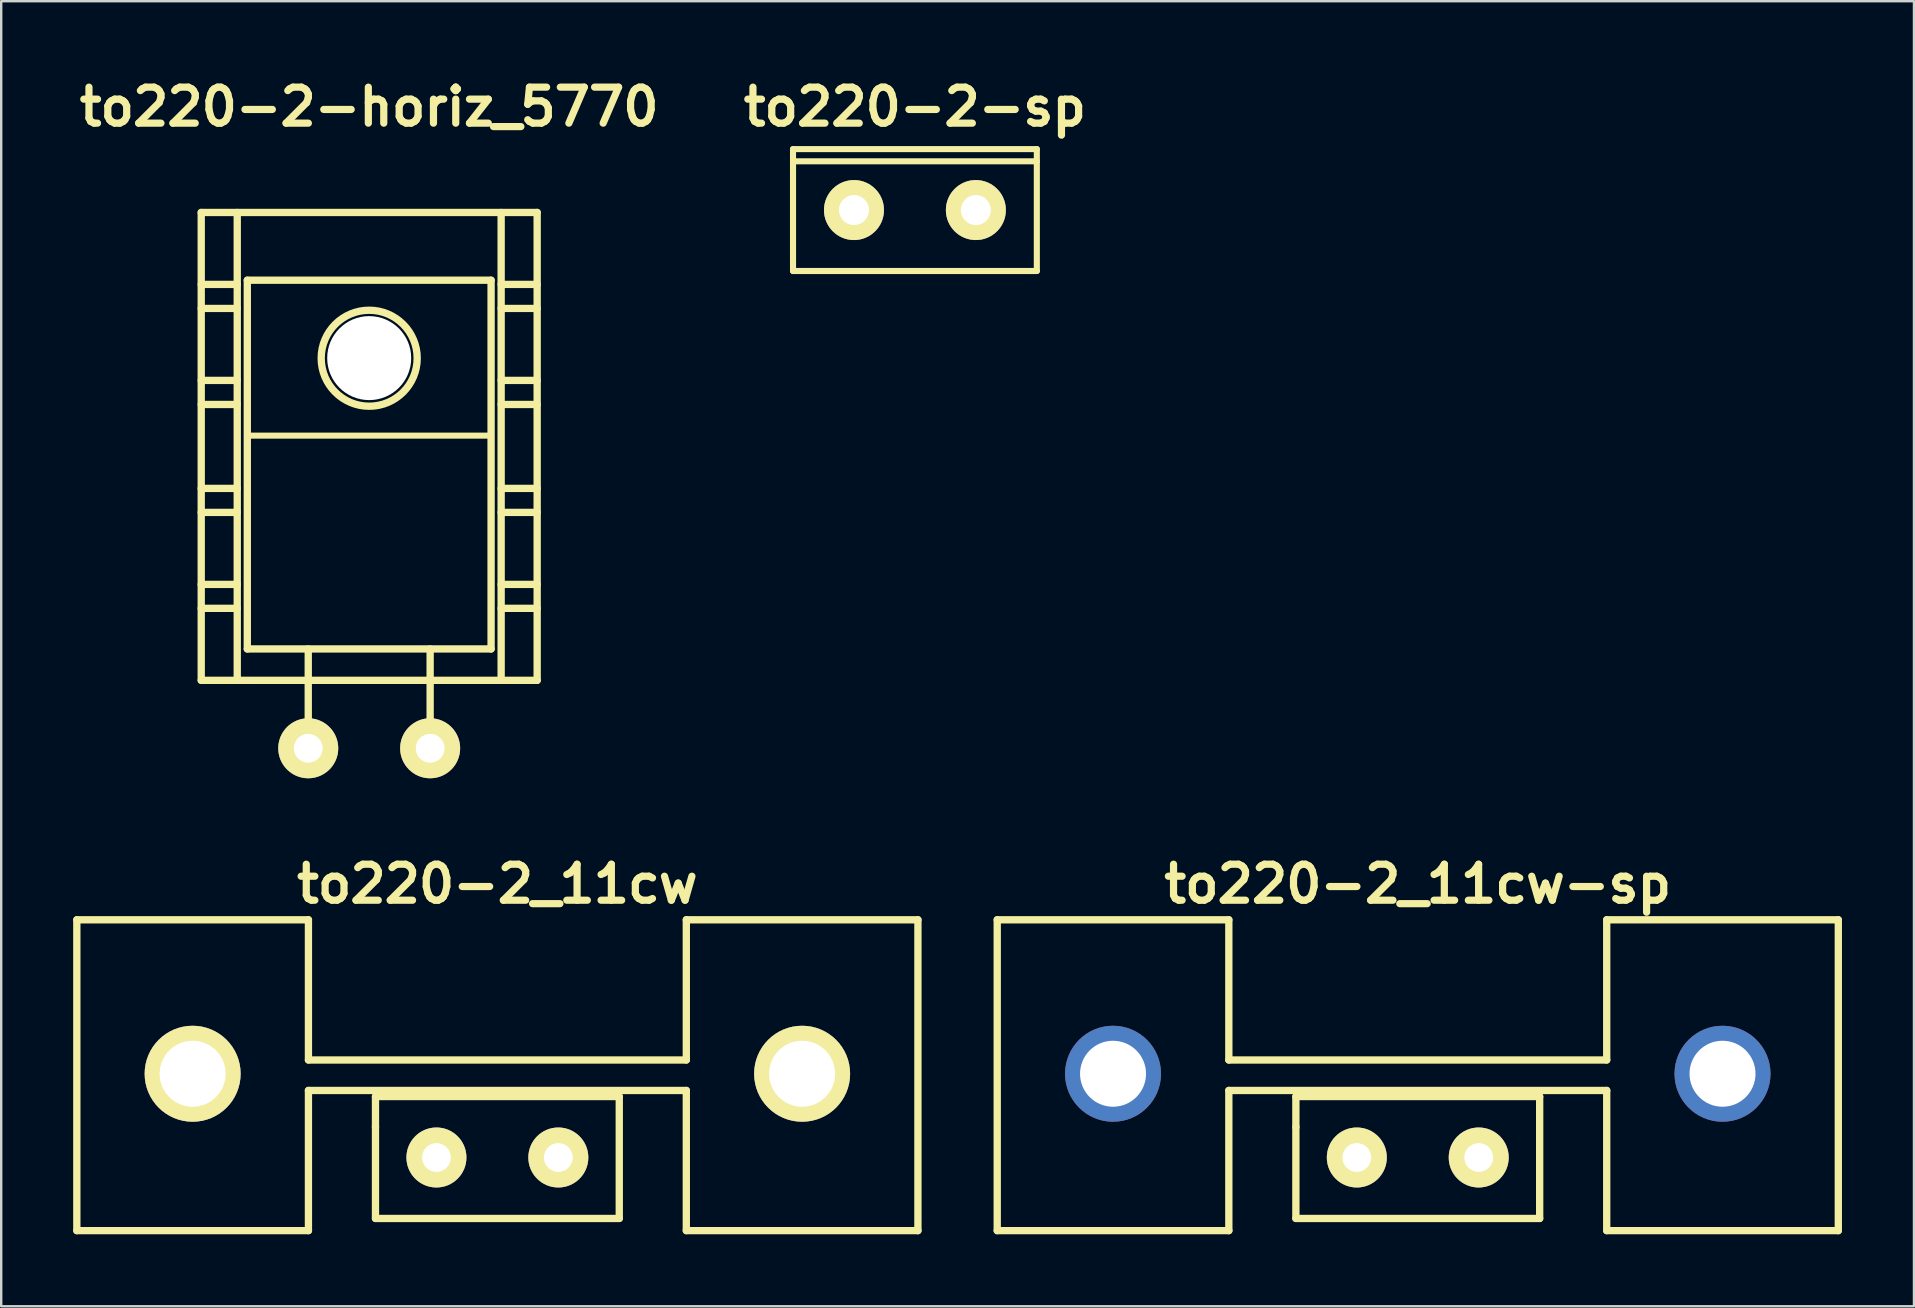
<source format=kicad_pcb>
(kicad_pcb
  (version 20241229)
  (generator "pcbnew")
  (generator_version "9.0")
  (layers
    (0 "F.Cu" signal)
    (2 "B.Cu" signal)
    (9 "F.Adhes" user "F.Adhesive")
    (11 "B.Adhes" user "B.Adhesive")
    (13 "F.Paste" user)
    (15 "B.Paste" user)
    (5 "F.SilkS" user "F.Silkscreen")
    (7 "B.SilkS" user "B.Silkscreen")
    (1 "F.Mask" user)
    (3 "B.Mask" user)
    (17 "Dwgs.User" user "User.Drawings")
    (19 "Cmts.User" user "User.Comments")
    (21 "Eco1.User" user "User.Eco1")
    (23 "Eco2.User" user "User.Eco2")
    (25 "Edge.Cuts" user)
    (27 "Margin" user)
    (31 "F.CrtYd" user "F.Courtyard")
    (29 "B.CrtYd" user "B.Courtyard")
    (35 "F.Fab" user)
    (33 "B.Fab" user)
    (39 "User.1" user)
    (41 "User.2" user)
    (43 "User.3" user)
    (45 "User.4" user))
  (footprint "to220-2-horiz_5770"
    (layer "F.Cu")
    (at 12.336 19.804)
    (property "Reference" "to220-2-horiz_5770" (at 0 -18.4 0) (layer "F.SilkS") (effects (font (size 1.5 1.5) (thickness 0.3))))
    (attr through_hole)
    (fp_line (start -7 -14) (end -7 5.499) (stroke (width 0.305) (type solid)) (layer "F.SilkS"))
    (fp_line (start -7 -11.001) (end -5.499 -11.001) (stroke (width 0.305) (type solid)) (layer "F.SilkS"))
    (fp_line (start -7 -10) (end -5.499 -10) (stroke (width 0.305) (type solid)) (layer "F.SilkS"))
    (fp_line (start -7 -7) (end -5.499 -7) (stroke (width 0.305) (type solid)) (layer "F.SilkS"))
    (fp_line (start -7 -5.999) (end -5.499 -5.999) (stroke (width 0.305) (type solid)) (layer "F.SilkS"))
    (fp_line (start -7 -2.499) (end -5.499 -2.499) (stroke (width 0.305) (type solid)) (layer "F.SilkS"))
    (fp_line (start -7 -1.501) (end -5.499 -1.501) (stroke (width 0.305) (type solid)) (layer "F.SilkS"))
    (fp_line (start -7 1.501) (end -5.499 1.501) (stroke (width 0.305) (type solid)) (layer "F.SilkS"))
    (fp_line (start -7 2.499) (end -5.499 2.499) (stroke (width 0.305) (type solid)) (layer "F.SilkS"))
    (fp_line (start -7 5.499) (end 7 5.499) (stroke (width 0.305) (type solid)) (layer "F.SilkS"))
    (fp_line (start -5.499 5.499) (end -5.499 -14) (stroke (width 0.305) (type solid)) (layer "F.SilkS"))
    (fp_line (start -5.08 -11.176) (end -5.08 4.191) (stroke (width 0.305) (type solid)) (layer "F.SilkS"))
    (fp_line (start -5.08 4.191) (end 5.08 4.191) (stroke (width 0.305) (type solid)) (layer "F.SilkS"))
    (fp_line (start -2.54 8.382) (end -2.54 4.191) (stroke (width 0.305) (type solid)) (layer "F.SilkS"))
    (fp_line (start 2.54 8.382) (end 2.54 4.191) (stroke (width 0.305) (type solid)) (layer "F.SilkS"))
    (fp_line (start 5.08 -11.176) (end -5.08 -11.176) (stroke (width 0.305) (type solid)) (layer "F.SilkS"))
    (fp_line (start 5.08 -4.699) (end -5.08 -4.699) (stroke (width 0.254) (type solid)) (layer "F.SilkS"))
    (fp_line (start 5.08 4.191) (end 5.08 -11.176) (stroke (width 0.305) (type solid)) (layer "F.SilkS"))
    (fp_line (start 5.499 -14) (end 5.499 5.499) (stroke (width 0.305) (type solid)) (layer "F.SilkS"))
    (fp_line (start 5.499 -11.001) (end 7 -11.001) (stroke (width 0.305) (type solid)) (layer "F.SilkS"))
    (fp_line (start 5.499 -10) (end 7 -10) (stroke (width 0.305) (type solid)) (layer "F.SilkS"))
    (fp_line (start 5.499 -7) (end 7 -7) (stroke (width 0.305) (type solid)) (layer "F.SilkS"))
    (fp_line (start 5.499 -5.999) (end 7 -5.999) (stroke (width 0.305) (type solid)) (layer "F.SilkS"))
    (fp_line (start 5.499 -2.499) (end 7 -2.499) (stroke (width 0.305) (type solid)) (layer "F.SilkS"))
    (fp_line (start 5.499 -1.501) (end 7 -1.501) (stroke (width 0.305) (type solid)) (layer "F.SilkS"))
    (fp_line (start 5.499 1.501) (end 7 1.501) (stroke (width 0.305) (type solid)) (layer "F.SilkS"))
    (fp_line (start 5.499 2.499) (end 7 2.499) (stroke (width 0.305) (type solid)) (layer "F.SilkS"))
    (fp_line (start 7 -14) (end -7 -14) (stroke (width 0.305) (type solid)) (layer "F.SilkS"))
    (fp_line (start 7 5.499) (end 7 -14) (stroke (width 0.305) (type solid)) (layer "F.SilkS"))
    (fp_circle (center 0 -7.925) (end -1.999 -8.001) (stroke (width 0.305) (type solid)) (fill no) (layer "F.SilkS"))
    (pad "" np_thru_hole circle (at 0 -7.93) (size 3.5 3.5) (drill 3.5) (layers "*.Cu" "*.Mask"))
    (pad "1" thru_hole circle (at 2.54 8.33) (size 2.5 2.5) (drill 1.2) (layers "*.Cu" "*.Mask" "F.SilkS"))
    (pad "2" thru_hole circle (at -2.54 8.33) (size 2.5 2.5) (drill 1.2) (layers "*.Cu" "*.Mask" "F.SilkS")))
  (footprint "to220-2-sp"
    (layer "F.Cu")
    (at 35.079 5.704)
    (property "Reference" "to220-2-sp" (at 0 -4.3 0) (layer "F.SilkS") (effects (font (size 1.5 1.5) (thickness 0.3))))
    (attr through_hole)
    (fp_line (start -5.08 -2.54) (end -5.08 -1.27) (stroke (width 0.254) (type solid)) (layer "F.SilkS"))
    (fp_line (start -5.08 -2.032) (end 5.08 -2.032) (stroke (width 0.254) (type solid)) (layer "F.SilkS"))
    (fp_line (start -5.08 -1.27) (end -5.08 2.54) (stroke (width 0.254) (type solid)) (layer "F.SilkS"))
    (fp_line (start -5.08 2.54) (end 5.08 2.54) (stroke (width 0.254) (type solid)) (layer "F.SilkS"))
    (fp_line (start 5.08 -2.54) (end -5.08 -2.54) (stroke (width 0.254) (type solid)) (layer "F.SilkS"))
    (fp_line (start 5.08 2.54) (end 5.08 -2.54) (stroke (width 0.254) (type solid)) (layer "F.SilkS"))
    (pad "1" thru_hole circle (at -2.54 0) (size 2.5 2.5) (drill 1.25) (layers "*.Cu" "*.Mask" "F.SilkS"))
    (pad "2" thru_hole circle (at 2.54 0) (size 2.5 2.5) (drill 1.25) (layers "*.Cu" "*.Mask" "F.SilkS")))
  (footprint "to220-2_11cw"
    (layer "F.Cu")
    (at 17.678 45.188)
    (property "Reference" "to220-2_11cw" (at 0 -11.4 0) (layer "F.SilkS") (effects (font (size 1.5 1.5) (thickness 0.3))))
    (attr through_hole)
    (fp_line (start -17.526 -9.906) (end -17.526 3.048) (stroke (width 0.305) (type solid)) (layer "F.SilkS"))
    (fp_line (start -17.526 3.048) (end -7.874 3.048) (stroke (width 0.305) (type solid)) (layer "F.SilkS"))
    (fp_line (start -7.874 -9.906) (end -17.526 -9.906) (stroke (width 0.305) (type solid)) (layer "F.SilkS"))
    (fp_line (start -7.874 -9.906) (end -7.874 -4.064) (stroke (width 0.305) (type solid)) (layer "F.SilkS"))
    (fp_line (start -7.874 -2.794) (end -7.874 3.048) (stroke (width 0.305) (type solid)) (layer "F.SilkS"))
    (fp_line (start -7.874 -2.794) (end 7.874 -2.794) (stroke (width 0.305) (type solid)) (layer "F.SilkS"))
    (fp_line (start -5.08 -2.54) (end -5.08 -1.27) (stroke (width 0.305) (type solid)) (layer "F.SilkS"))
    (fp_line (start -5.08 -1.27) (end -5.08 2.54) (stroke (width 0.305) (type solid)) (layer "F.SilkS"))
    (fp_line (start -5.08 2.54) (end 5.08 2.54) (stroke (width 0.305) (type solid)) (layer "F.SilkS"))
    (fp_line (start 5.08 -2.54) (end -5.08 -2.54) (stroke (width 0.305) (type solid)) (layer "F.SilkS"))
    (fp_line (start 5.08 2.54) (end 5.08 -2.54) (stroke (width 0.305) (type solid)) (layer "F.SilkS"))
    (fp_line (start 7.874 -9.906) (end 7.874 -4.064) (stroke (width 0.305) (type solid)) (layer "F.SilkS"))
    (fp_line (start 7.874 -4.064) (end -7.874 -4.064) (stroke (width 0.305) (type solid)) (layer "F.SilkS"))
    (fp_line (start 7.874 3.048) (end 7.874 -2.794) (stroke (width 0.305) (type solid)) (layer "F.SilkS"))
    (fp_line (start 7.874 3.048) (end 17.526 3.048) (stroke (width 0.305) (type solid)) (layer "F.SilkS"))
    (fp_line (start 17.526 -9.906) (end 7.874 -9.906) (stroke (width 0.305) (type solid)) (layer "F.SilkS"))
    (fp_line (start 17.526 -9.906) (end 17.526 3.048) (stroke (width 0.305) (type solid)) (layer "F.SilkS"))
    (pad "" thru_hole circle (at -12.7 -3.49) (size 4 4) (drill 2.75) (layers "*.Cu" "*.Mask" "F.SilkS"))
    (pad "" thru_hole circle (at 12.7 -3.49) (size 4 4) (drill 2.75) (layers "*.Cu" "*.Mask" "F.SilkS"))
    (pad "1" thru_hole circle (at 2.54 0) (size 2.5 2.5) (drill 1.2) (layers "*.Cu" "*.Mask" "F.SilkS"))
    (pad "2" thru_hole circle (at -2.54 0) (size 2.5 2.5) (drill 1.2) (layers "*.Cu" "*.Mask" "F.SilkS")))
  (footprint "to220-2_11cw-sp"
    (layer "F.Cu")
    (at 56.035 45.188)
    (property "Reference" "to220-2_11cw-sp" (at 0 -11.4 0) (layer "F.SilkS") (effects (font (size 1.5 1.5) (thickness 0.3))))
    (attr through_hole)
    (fp_line (start -17.526 -9.906) (end -17.526 3.048) (stroke (width 0.305) (type solid)) (layer "F.SilkS"))
    (fp_line (start -17.526 3.048) (end -7.874 3.048) (stroke (width 0.305) (type solid)) (layer "F.SilkS"))
    (fp_line (start -7.874 -9.906) (end -17.526 -9.906) (stroke (width 0.305) (type solid)) (layer "F.SilkS"))
    (fp_line (start -7.874 -9.906) (end -7.874 -4.064) (stroke (width 0.305) (type solid)) (layer "F.SilkS"))
    (fp_line (start -7.874 -2.794) (end -7.874 3.048) (stroke (width 0.305) (type solid)) (layer "F.SilkS"))
    (fp_line (start -7.874 -2.794) (end 7.874 -2.794) (stroke (width 0.305) (type solid)) (layer "F.SilkS"))
    (fp_line (start -5.08 -2.54) (end -5.08 -1.27) (stroke (width 0.305) (type solid)) (layer "F.SilkS"))
    (fp_line (start -5.08 -1.27) (end -5.08 2.54) (stroke (width 0.305) (type solid)) (layer "F.SilkS"))
    (fp_line (start -5.08 2.54) (end 5.08 2.54) (stroke (width 0.305) (type solid)) (layer "F.SilkS"))
    (fp_line (start 5.08 -2.54) (end -5.08 -2.54) (stroke (width 0.305) (type solid)) (layer "F.SilkS"))
    (fp_line (start 5.08 2.54) (end 5.08 -2.54) (stroke (width 0.305) (type solid)) (layer "F.SilkS"))
    (fp_line (start 7.874 -9.906) (end 7.874 -4.064) (stroke (width 0.305) (type solid)) (layer "F.SilkS"))
    (fp_line (start 7.874 -4.064) (end -7.874 -4.064) (stroke (width 0.305) (type solid)) (layer "F.SilkS"))
    (fp_line (start 7.874 3.048) (end 7.874 -2.794) (stroke (width 0.305) (type solid)) (layer "F.SilkS"))
    (fp_line (start 7.874 3.048) (end 17.526 3.048) (stroke (width 0.305) (type solid)) (layer "F.SilkS"))
    (fp_line (start 17.526 -9.906) (end 7.874 -9.906) (stroke (width 0.305) (type solid)) (layer "F.SilkS"))
    (fp_line (start 17.526 -9.906) (end 17.526 3.048) (stroke (width 0.305) (type solid)) (layer "F.SilkS"))
    (pad "" thru_hole circle (at -12.7 -3.49) (size 4 4) (drill 2.75) (layers "*.Cu" "*.Mask"))
    (pad "" thru_hole circle (at 12.7 -3.49) (size 4 4) (drill 2.75) (layers "*.Cu" "*.Mask"))
    (pad "1" thru_hole circle (at -2.54 0) (size 2.5 2.5) (drill 1.2) (layers "*.Cu" "*.Mask" "F.SilkS"))
    (pad "2" thru_hole circle (at 2.54 0) (size 2.5 2.5) (drill 1.2) (layers "*.Cu" "*.Mask" "F.SilkS")))
  (gr_rect
    (start -3 -3)
    (end 76.714 51.388)
    (stroke (width 0.1) (type default))
    (fill no)
    (layer "Edge.Cuts")))
</source>
